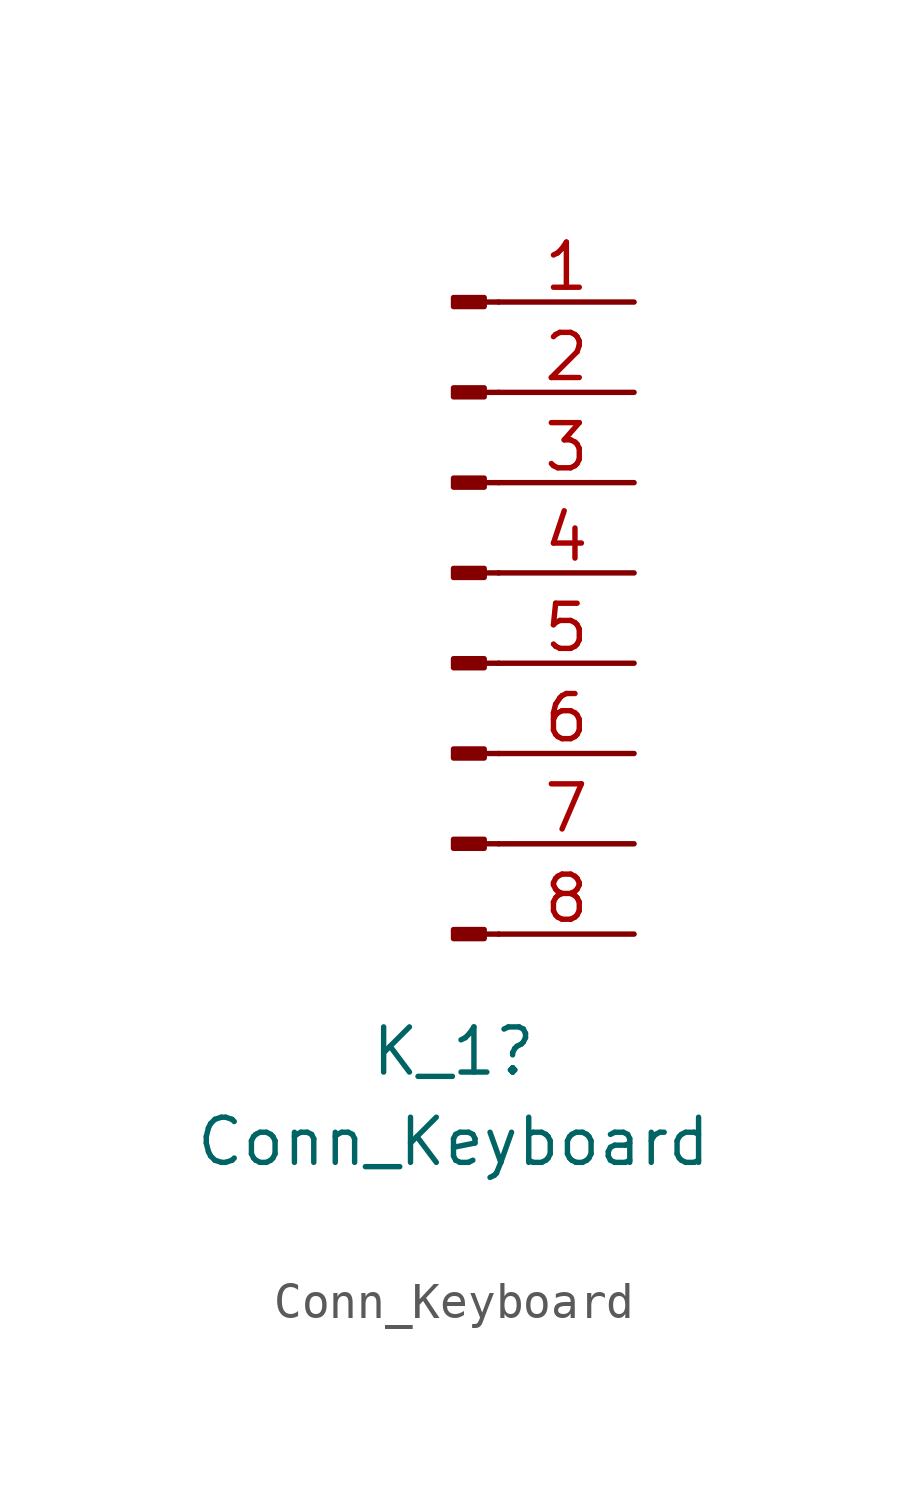
<source format=kicad_sym>
(kicad_symbol_lib
  (version 20231120)
  (generator "kicad_symbol_editor")
  (generator_version "8.0")
  (symbol "Conn_Keyboard"
    (pin_names
      (offset 1.016) hide)
    (property "Reference" "K_1"
      (at 0 -13.462 0)
      (effects (font (size 1.27 1.27))))
    (property "Value" "Conn_Keyboard"
      (at 0 -16.002 0)
      (effects (font (size 1.27 1.27))))
    (property "ki_locked" ""
      (at 0 0 0)
      (effects (font (size 1.27 1.27))))
    (symbol "Conn_Keyboard_1_1"
      (polyline (pts (xy 1.27 -10.16) (xy 0.864 -10.16)) (stroke (width 0.152) (type default)) (fill (type none)))
      (polyline (pts (xy 1.27 -7.62) (xy 0.864 -7.62)) (stroke (width 0.152) (type default)) (fill (type none)))
      (polyline (pts (xy 1.27 -5.08) (xy 0.864 -5.08)) (stroke (width 0.152) (type default)) (fill (type none)))
      (polyline (pts (xy 1.27 -2.54) (xy 0.864 -2.54)) (stroke (width 0.152) (type default)) (fill (type none)))
      (polyline (pts (xy 1.27 0) (xy 0.864 0)) (stroke (width 0.152) (type default)) (fill (type none)))
      (polyline (pts (xy 1.27 2.54) (xy 0.864 2.54)) (stroke (width 0.152) (type default)) (fill (type none)))
      (polyline (pts (xy 1.27 5.08) (xy 0.864 5.08)) (stroke (width 0.152) (type default)) (fill (type none)))
      (polyline (pts (xy 1.27 7.62) (xy 0.864 7.62)) (stroke (width 0.152) (type default)) (fill (type none)))
      (rectangle (start 0.864 -10.033) (end 0 -10.287) (stroke (width 0.152) (type default)) (fill (type outline)))
      (rectangle (start 0.864 -7.493) (end 0 -7.747) (stroke (width 0.152) (type default)) (fill (type outline)))
      (rectangle (start 0.864 -4.953) (end 0 -5.207) (stroke (width 0.152) (type default)) (fill (type outline)))
      (rectangle (start 0.864 -2.413) (end 0 -2.667) (stroke (width 0.152) (type default)) (fill (type outline)))
      (rectangle (start 0.864 0.127) (end 0 -0.127) (stroke (width 0.152) (type default)) (fill (type outline)))
      (rectangle (start 0.864 2.667) (end 0 2.413) (stroke (width 0.152) (type default)) (fill (type outline)))
      (rectangle (start 0.864 5.207) (end 0 4.953) (stroke (width 0.152) (type default)) (fill (type outline)))
      (rectangle (start 0.864 7.747) (end 0 7.493) (stroke (width 0.152) (type default)) (fill (type outline)))
      (pin open_collector line (at 5.08 7.62 180) (length 3.81) (name "ModeSwitch" (effects (font (size 1.27 1.27)))) (number "1" (effects (font (size 1.27 1.27)))))
      (pin output line (at 5.08 5.08 180) (length 3.81) (name "~{KeyGroup1}" (effects (font (size 1.27 1.27)))) (number "2" (effects (font (size 1.27 1.27)))))
      (pin output line (at 5.08 2.54 180) (length 3.81) (name "~{KeyGroup2}" (effects (font (size 1.27 1.27)))) (number "3" (effects (font (size 1.27 1.27)))))
      (pin power_out line (at 5.08 0 180) (length 3.81) (name "GND" (effects (font (size 1.27 1.27)))) (number "4" (effects (font (size 1.27 1.27)))))
      (pin input line (at 5.08 -2.54 180) (length 3.81) (name "~{KeyData}" (effects (font (size 1.27 1.27)))) (number "5" (effects (font (size 1.27 1.27)))))
      (pin output line (at 5.08 -5.08 180) (length 3.81) (name "CLK" (effects (font (size 1.27 1.27)))) (number "6" (effects (font (size 1.27 1.27)))))
      (pin output line (at 5.08 -7.62 180) (length 3.81) (name "KbdLoad" (effects (font (size 1.27 1.27)))) (number "7" (effects (font (size 1.27 1.27)))))
      (pin power_out line (at 5.08 -10.16 180) (length 3.81) (name "VDD" (effects (font (size 1.27 1.27)))) (number "8" (effects (font (size 1.27 1.27))))))))
</source>
